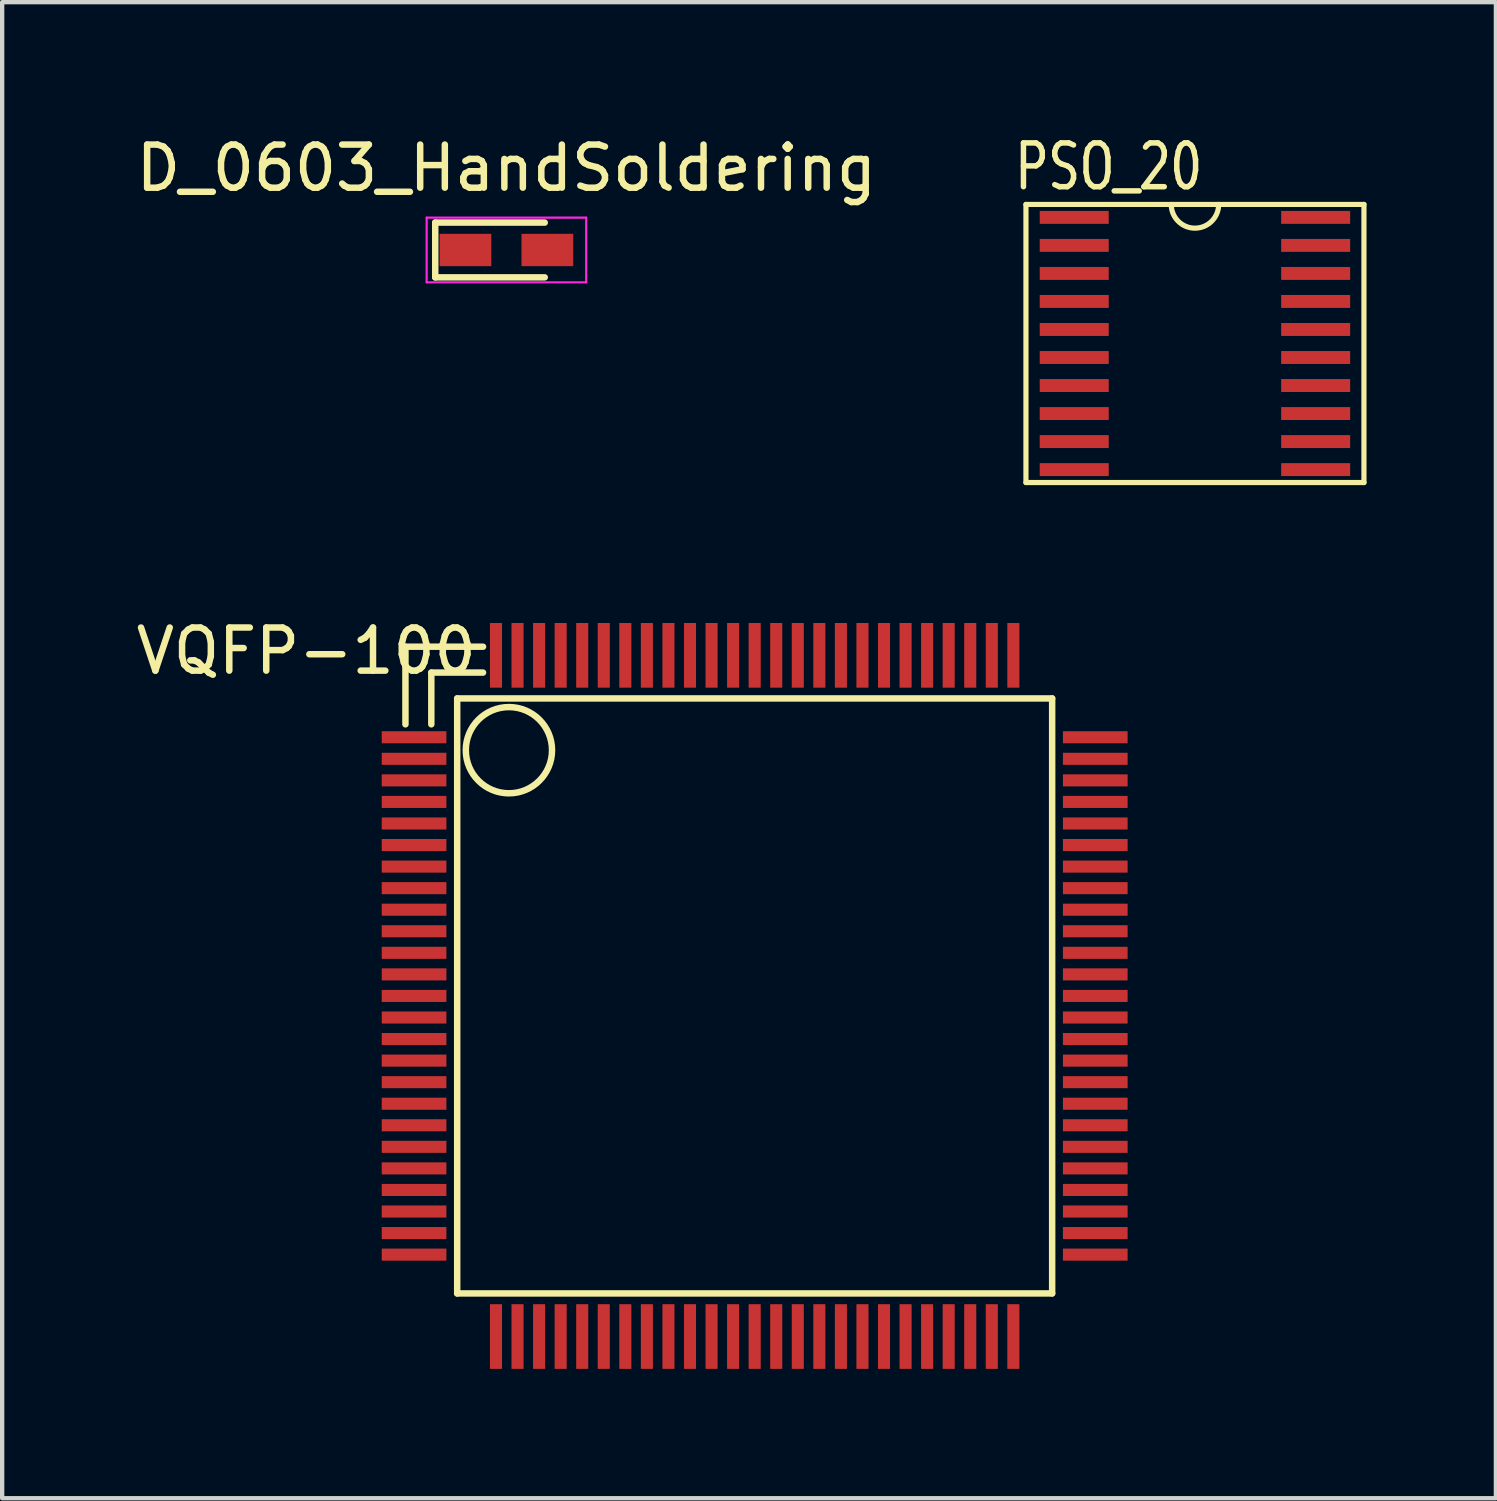
<source format=kicad_pcb>
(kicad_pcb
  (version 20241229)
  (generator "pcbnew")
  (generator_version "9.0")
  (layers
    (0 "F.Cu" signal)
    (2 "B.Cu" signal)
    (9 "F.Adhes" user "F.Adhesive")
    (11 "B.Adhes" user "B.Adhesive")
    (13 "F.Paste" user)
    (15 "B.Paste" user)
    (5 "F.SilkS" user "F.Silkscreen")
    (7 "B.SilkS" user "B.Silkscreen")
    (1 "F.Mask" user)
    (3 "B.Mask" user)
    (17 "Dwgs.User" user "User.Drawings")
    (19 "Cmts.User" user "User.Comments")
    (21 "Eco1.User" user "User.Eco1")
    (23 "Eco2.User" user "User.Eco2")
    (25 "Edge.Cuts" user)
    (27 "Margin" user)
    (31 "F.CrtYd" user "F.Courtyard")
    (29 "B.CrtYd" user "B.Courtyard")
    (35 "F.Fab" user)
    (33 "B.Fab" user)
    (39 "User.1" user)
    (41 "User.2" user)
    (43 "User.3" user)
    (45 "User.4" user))
  (footprint "VQFP-100"
    (layer "F.Cu")
    (at 14.454 20.05)
    (property "Reference" "VQFP-100" (at -10.4 -8 0) (layer "F.SilkS") (effects (font (size 1 1) (thickness 0.15))))
    (attr through_hole)
    (fp_line (start -8.1 -8.1) (end -8.1 -6.3) (stroke (width 0.15) (type solid)) (layer "F.SilkS"))
    (fp_line (start -7.5 -7.5) (end -7.5 -6.3) (stroke (width 0.15) (type solid)) (layer "F.SilkS"))
    (fp_line (start -7.5 -7.5) (end -6.3 -7.5) (stroke (width 0.15) (type solid)) (layer "F.SilkS"))
    (fp_line (start -6.9 -6.9) (end -6.9 6.9) (stroke (width 0.15) (type solid)) (layer "F.SilkS"))
    (fp_line (start -6.9 6.9) (end 6.9 6.9) (stroke (width 0.15) (type solid)) (layer "F.SilkS"))
    (fp_line (start -6.3 -8.1) (end -8.1 -8.1) (stroke (width 0.15) (type solid)) (layer "F.SilkS"))
    (fp_line (start 6.9 -6.9) (end -6.9 -6.9) (stroke (width 0.15) (type solid)) (layer "F.SilkS"))
    (fp_line (start 6.9 6.9) (end 6.9 -6.9) (stroke (width 0.15) (type solid)) (layer "F.SilkS"))
    (fp_circle (center -5.7 -5.7) (end -4.9 -5.1) (stroke (width 0.15) (type solid)) (fill no) (layer "F.SilkS"))
    (pad "1" smd rect (at -7.9 -6) (size 1.5 0.28) (layers "F.Cu" "F.Mask" "F.Paste"))
    (pad "2" smd rect (at -7.9 -5.5) (size 1.5 0.28) (layers "F.Cu" "F.Mask" "F.Paste"))
    (pad "3" smd rect (at -7.9 -5) (size 1.5 0.28) (layers "F.Cu" "F.Mask" "F.Paste"))
    (pad "4" smd rect (at -7.9 -4.5) (size 1.5 0.28) (layers "F.Cu" "F.Mask" "F.Paste"))
    (pad "5" smd rect (at -7.9 -4) (size 1.5 0.28) (layers "F.Cu" "F.Mask" "F.Paste"))
    (pad "6" smd rect (at -7.9 -3.5) (size 1.5 0.28) (layers "F.Cu" "F.Mask" "F.Paste"))
    (pad "7" smd rect (at -7.9 -3) (size 1.5 0.28) (layers "F.Cu" "F.Mask" "F.Paste"))
    (pad "8" smd rect (at -7.9 -2.5) (size 1.5 0.28) (layers "F.Cu" "F.Mask" "F.Paste"))
    (pad "9" smd rect (at -7.9 -2) (size 1.5 0.28) (layers "F.Cu" "F.Mask" "F.Paste"))
    (pad "10" smd rect (at -7.9 -1.5) (size 1.5 0.28) (layers "F.Cu" "F.Mask" "F.Paste"))
    (pad "11" smd rect (at -7.9 -1) (size 1.5 0.28) (layers "F.Cu" "F.Mask" "F.Paste"))
    (pad "12" smd rect (at -7.9 -0.5) (size 1.5 0.28) (layers "F.Cu" "F.Mask" "F.Paste"))
    (pad "13" smd rect (at -7.9 0) (size 1.5 0.28) (layers "F.Cu" "F.Mask" "F.Paste"))
    (pad "14" smd rect (at -7.9 0.5) (size 1.5 0.28) (layers "F.Cu" "F.Mask" "F.Paste"))
    (pad "15" smd rect (at -7.9 1) (size 1.5 0.28) (layers "F.Cu" "F.Mask" "F.Paste"))
    (pad "16" smd rect (at -7.9 1.5) (size 1.5 0.28) (layers "F.Cu" "F.Mask" "F.Paste"))
    (pad "17" smd rect (at -7.9 2) (size 1.5 0.28) (layers "F.Cu" "F.Mask" "F.Paste"))
    (pad "18" smd rect (at -7.9 2.5) (size 1.5 0.28) (layers "F.Cu" "F.Mask" "F.Paste"))
    (pad "19" smd rect (at -7.9 3) (size 1.5 0.28) (layers "F.Cu" "F.Mask" "F.Paste"))
    (pad "20" smd rect (at -7.9 3.5) (size 1.5 0.28) (layers "F.Cu" "F.Mask" "F.Paste"))
    (pad "21" smd rect (at -7.9 4) (size 1.5 0.28) (layers "F.Cu" "F.Mask" "F.Paste"))
    (pad "22" smd rect (at -7.9 4.5) (size 1.5 0.28) (layers "F.Cu" "F.Mask" "F.Paste"))
    (pad "23" smd rect (at -7.9 5) (size 1.5 0.28) (layers "F.Cu" "F.Mask" "F.Paste"))
    (pad "24" smd rect (at -7.9 5.5) (size 1.5 0.28) (layers "F.Cu" "F.Mask" "F.Paste"))
    (pad "25" smd rect (at -7.9 6) (size 1.5 0.28) (layers "F.Cu" "F.Mask" "F.Paste"))
    (pad "26" smd rect (at -6 7.9) (size 0.28 1.5) (layers "F.Cu" "F.Mask" "F.Paste"))
    (pad "27" smd rect (at -5.5 7.9) (size 0.28 1.5) (layers "F.Cu" "F.Mask" "F.Paste"))
    (pad "28" smd rect (at -5 7.9) (size 0.28 1.5) (layers "F.Cu" "F.Mask" "F.Paste"))
    (pad "29" smd rect (at -4.5 7.9) (size 0.28 1.5) (layers "F.Cu" "F.Mask" "F.Paste"))
    (pad "30" smd rect (at -4 7.9) (size 0.28 1.5) (layers "F.Cu" "F.Mask" "F.Paste"))
    (pad "31" smd rect (at -3.5 7.9) (size 0.28 1.5) (layers "F.Cu" "F.Mask" "F.Paste"))
    (pad "32" smd rect (at -3 7.9) (size 0.28 1.5) (layers "F.Cu" "F.Mask" "F.Paste"))
    (pad "33" smd rect (at -2.5 7.9) (size 0.28 1.5) (layers "F.Cu" "F.Mask" "F.Paste"))
    (pad "34" smd rect (at -2 7.9) (size 0.28 1.5) (layers "F.Cu" "F.Mask" "F.Paste"))
    (pad "35" smd rect (at -1.5 7.9) (size 0.28 1.5) (layers "F.Cu" "F.Mask" "F.Paste"))
    (pad "36" smd rect (at -1 7.9) (size 0.28 1.5) (layers "F.Cu" "F.Mask" "F.Paste"))
    (pad "37" smd rect (at -0.5 7.9) (size 0.28 1.5) (layers "F.Cu" "F.Mask" "F.Paste"))
    (pad "38" smd rect (at 0 7.9) (size 0.28 1.5) (layers "F.Cu" "F.Mask" "F.Paste"))
    (pad "39" smd rect (at 0.5 7.9) (size 0.28 1.5) (layers "F.Cu" "F.Mask" "F.Paste"))
    (pad "40" smd rect (at 1 7.9) (size 0.28 1.5) (layers "F.Cu" "F.Mask" "F.Paste"))
    (pad "41" smd rect (at 1.5 7.9) (size 0.28 1.5) (layers "F.Cu" "F.Mask" "F.Paste"))
    (pad "42" smd rect (at 2 7.9) (size 0.28 1.5) (layers "F.Cu" "F.Mask" "F.Paste"))
    (pad "43" smd rect (at 2.5 7.9) (size 0.28 1.5) (layers "F.Cu" "F.Mask" "F.Paste"))
    (pad "44" smd rect (at 3 7.9) (size 0.28 1.5) (layers "F.Cu" "F.Mask" "F.Paste"))
    (pad "45" smd rect (at 3.5 7.9) (size 0.28 1.5) (layers "F.Cu" "F.Mask" "F.Paste"))
    (pad "46" smd rect (at 4 7.9) (size 0.28 1.5) (layers "F.Cu" "F.Mask" "F.Paste"))
    (pad "47" smd rect (at 4.5 7.9) (size 0.28 1.5) (layers "F.Cu" "F.Mask" "F.Paste"))
    (pad "48" smd rect (at 5 7.9) (size 0.28 1.5) (layers "F.Cu" "F.Mask" "F.Paste"))
    (pad "49" smd rect (at 5.5 7.9) (size 0.28 1.5) (layers "F.Cu" "F.Mask" "F.Paste"))
    (pad "50" smd rect (at 6 7.9) (size 0.28 1.5) (layers "F.Cu" "F.Mask" "F.Paste"))
    (pad "51" smd rect (at 7.9 6) (size 1.5 0.28) (layers "F.Cu" "F.Mask" "F.Paste"))
    (pad "52" smd rect (at 7.9 5.5) (size 1.5 0.28) (layers "F.Cu" "F.Mask" "F.Paste"))
    (pad "53" smd rect (at 7.9 5) (size 1.5 0.28) (layers "F.Cu" "F.Mask" "F.Paste"))
    (pad "54" smd rect (at 7.9 4.5) (size 1.5 0.28) (layers "F.Cu" "F.Mask" "F.Paste"))
    (pad "55" smd rect (at 7.9 4) (size 1.5 0.28) (layers "F.Cu" "F.Mask" "F.Paste"))
    (pad "56" smd rect (at 7.9 3.5) (size 1.5 0.28) (layers "F.Cu" "F.Mask" "F.Paste"))
    (pad "57" smd rect (at 7.9 3) (size 1.5 0.28) (layers "F.Cu" "F.Mask" "F.Paste"))
    (pad "58" smd rect (at 7.9 2.5) (size 1.5 0.28) (layers "F.Cu" "F.Mask" "F.Paste"))
    (pad "59" smd rect (at 7.9 2) (size 1.5 0.28) (layers "F.Cu" "F.Mask" "F.Paste"))
    (pad "60" smd rect (at 7.9 1.5) (size 1.5 0.28) (layers "F.Cu" "F.Mask" "F.Paste"))
    (pad "61" smd rect (at 7.9 1) (size 1.5 0.28) (layers "F.Cu" "F.Mask" "F.Paste"))
    (pad "62" smd rect (at 7.9 0.5) (size 1.5 0.28) (layers "F.Cu" "F.Mask" "F.Paste"))
    (pad "63" smd rect (at 7.9 0) (size 1.5 0.28) (layers "F.Cu" "F.Mask" "F.Paste"))
    (pad "64" smd rect (at 7.9 -0.5) (size 1.5 0.28) (layers "F.Cu" "F.Mask" "F.Paste"))
    (pad "65" smd rect (at 7.9 -1) (size 1.5 0.28) (layers "F.Cu" "F.Mask" "F.Paste"))
    (pad "66" smd rect (at 7.9 -1.5) (size 1.5 0.28) (layers "F.Cu" "F.Mask" "F.Paste"))
    (pad "67" smd rect (at 7.9 -2) (size 1.5 0.28) (layers "F.Cu" "F.Mask" "F.Paste"))
    (pad "68" smd rect (at 7.9 -2.5) (size 1.5 0.28) (layers "F.Cu" "F.Mask" "F.Paste"))
    (pad "69" smd rect (at 7.9 -3) (size 1.5 0.28) (layers "F.Cu" "F.Mask" "F.Paste"))
    (pad "70" smd rect (at 7.9 -3.5) (size 1.5 0.28) (layers "F.Cu" "F.Mask" "F.Paste"))
    (pad "71" smd rect (at 7.9 -4) (size 1.5 0.28) (layers "F.Cu" "F.Mask" "F.Paste"))
    (pad "72" smd rect (at 7.9 -4.5) (size 1.5 0.28) (layers "F.Cu" "F.Mask" "F.Paste"))
    (pad "73" smd rect (at 7.9 -5) (size 1.5 0.28) (layers "F.Cu" "F.Mask" "F.Paste"))
    (pad "74" smd rect (at 7.9 -5.5) (size 1.5 0.28) (layers "F.Cu" "F.Mask" "F.Paste"))
    (pad "75" smd rect (at 7.9 -6) (size 1.5 0.28) (layers "F.Cu" "F.Mask" "F.Paste"))
    (pad "76" smd rect (at 6 -7.9) (size 0.28 1.5) (layers "F.Cu" "F.Mask" "F.Paste"))
    (pad "77" smd rect (at 5.5 -7.9) (size 0.28 1.5) (layers "F.Cu" "F.Mask" "F.Paste"))
    (pad "78" smd rect (at 5 -7.9) (size 0.28 1.5) (layers "F.Cu" "F.Mask" "F.Paste"))
    (pad "79" smd rect (at 4.5 -7.9) (size 0.28 1.5) (layers "F.Cu" "F.Mask" "F.Paste"))
    (pad "80" smd rect (at 4 -7.9) (size 0.28 1.5) (layers "F.Cu" "F.Mask" "F.Paste"))
    (pad "81" smd rect (at 3.5 -7.9) (size 0.28 1.5) (layers "F.Cu" "F.Mask" "F.Paste"))
    (pad "82" smd rect (at 3 -7.9) (size 0.28 1.5) (layers "F.Cu" "F.Mask" "F.Paste"))
    (pad "83" smd rect (at 2.5 -7.9) (size 0.28 1.5) (layers "F.Cu" "F.Mask" "F.Paste"))
    (pad "84" smd rect (at 2 -7.9) (size 0.28 1.5) (layers "F.Cu" "F.Mask" "F.Paste"))
    (pad "85" smd rect (at 1.5 -7.9) (size 0.28 1.5) (layers "F.Cu" "F.Mask" "F.Paste"))
    (pad "86" smd rect (at 1 -7.9) (size 0.28 1.5) (layers "F.Cu" "F.Mask" "F.Paste"))
    (pad "87" smd rect (at 0.5 -7.9) (size 0.28 1.5) (layers "F.Cu" "F.Mask" "F.Paste"))
    (pad "88" smd rect (at 0 -7.9) (size 0.28 1.5) (layers "F.Cu" "F.Mask" "F.Paste"))
    (pad "89" smd rect (at -0.5 -7.9) (size 0.28 1.5) (layers "F.Cu" "F.Mask" "F.Paste"))
    (pad "90" smd rect (at -1 -7.9) (size 0.28 1.5) (layers "F.Cu" "F.Mask" "F.Paste"))
    (pad "91" smd rect (at -1.5 -7.9) (size 0.28 1.5) (layers "F.Cu" "F.Mask" "F.Paste"))
    (pad "92" smd rect (at -2 -7.9) (size 0.28 1.5) (layers "F.Cu" "F.Mask" "F.Paste"))
    (pad "93" smd rect (at -2.5 -7.9) (size 0.28 1.5) (layers "F.Cu" "F.Mask" "F.Paste"))
    (pad "94" smd rect (at -3 -7.9) (size 0.28 1.5) (layers "F.Cu" "F.Mask" "F.Paste"))
    (pad "95" smd rect (at -3.5 -7.9) (size 0.28 1.5) (layers "F.Cu" "F.Mask" "F.Paste"))
    (pad "96" smd rect (at -4 -7.9) (size 0.28 1.5) (layers "F.Cu" "F.Mask" "F.Paste"))
    (pad "97" smd rect (at -4.5 -7.9) (size 0.28 1.5) (layers "F.Cu" "F.Mask" "F.Paste"))
    (pad "98" smd rect (at -5 -7.9) (size 0.28 1.5) (layers "F.Cu" "F.Mask" "F.Paste"))
    (pad "99" smd rect (at -5.5 -7.9) (size 0.28 1.5) (layers "F.Cu" "F.Mask" "F.Paste"))
    (pad "100" smd rect (at -6 -7.9) (size 0.28 1.5) (layers "F.Cu" "F.Mask" "F.Paste")))
  (footprint "D_0603_HandSoldering"
    (layer "F.Cu")
    (at 8.696 2.748)
    (property "Reference" "D_0603_HandSoldering" (at 0 -1.9 0) (layer "F.SilkS") (effects (font (size 1 1) (thickness 0.15))))
    (attr smd)
    (fp_line (start -1.651 -0.635) (end -1.651 0.635) (stroke (width 0.15) (type solid)) (layer "F.SilkS"))
    (fp_line (start -1.651 0.635) (end 0.889 0.635) (stroke (width 0.15) (type solid)) (layer "F.SilkS"))
    (fp_line (start 0.889 -0.635) (end -1.651 -0.635) (stroke (width 0.15) (type solid)) (layer "F.SilkS"))
    (fp_line (start -1.85 -0.75) (end -1.85 0.75) (stroke (width 0.05) (type solid)) (layer "F.CrtYd"))
    (fp_line (start -1.85 -0.75) (end 1.85 -0.75) (stroke (width 0.05) (type solid)) (layer "F.CrtYd"))
    (fp_line (start -1.85 0.75) (end 1.85 0.75) (stroke (width 0.05) (type solid)) (layer "F.CrtYd"))
    (fp_line (start 1.85 -0.75) (end 1.85 0.75) (stroke (width 0.05) (type solid)) (layer "F.CrtYd"))
    (pad "1" smd rect (at -0.95 0) (size 1.2 0.75) (layers "F.Cu" "F.Mask" "F.Paste"))
    (pad "2" smd rect (at 0.95 0) (size 1.2 0.75) (layers "F.Cu" "F.Mask" "F.Paste")))
  (footprint "PSO_20"
    (layer "F.Cu")
    (at 24.666 4.917)
    (property "Reference" "PSO_20" (at -2 -4.1 0) (layer "F.SilkS") (effects (font (size 1.016 0.762) (thickness 0.127))))
    (attr through_hole)
    (fp_line (start -3.92 -3.225) (end -3.92 3.225) (stroke (width 0.12) (type solid)) (layer "F.SilkS"))
    (fp_line (start -3.92 3.225) (end 3.92 3.225) (stroke (width 0.12) (type solid)) (layer "F.SilkS"))
    (fp_line (start 3.92 -3.225) (end -3.92 -3.225) (stroke (width 0.12) (type solid)) (layer "F.SilkS"))
    (fp_line (start 3.92 3.225) (end 3.92 -3.225) (stroke (width 0.12) (type solid)) (layer "F.SilkS"))
    (fp_arc (start 0.549783 -3.224784) (mid 0 -2.675001) (end -0.549783 -3.224784) (stroke (width 0.119888) (type solid)) (layer "F.SilkS"))
    (pad "1" smd rect (at -2.8 -2.925) (size 1.6 0.3) (layers "F.Cu" "F.Mask" "F.Paste"))
    (pad "2" smd rect (at -2.8 -2.275) (size 1.6 0.3) (layers "F.Cu" "F.Mask" "F.Paste"))
    (pad "3" smd rect (at -2.8 -1.625) (size 1.6 0.3) (layers "F.Cu" "F.Mask" "F.Paste"))
    (pad "4" smd rect (at -2.8 -0.975) (size 1.6 0.3) (layers "F.Cu" "F.Mask" "F.Paste"))
    (pad "5" smd rect (at -2.8 -0.325) (size 1.6 0.3) (layers "F.Cu" "F.Mask" "F.Paste"))
    (pad "6" smd rect (at -2.8 0.325) (size 1.6 0.3) (layers "F.Cu" "F.Mask" "F.Paste"))
    (pad "7" smd rect (at -2.8 0.975) (size 1.6 0.3) (layers "F.Cu" "F.Mask" "F.Paste"))
    (pad "8" smd rect (at -2.8 1.625) (size 1.6 0.3) (layers "F.Cu" "F.Mask" "F.Paste"))
    (pad "9" smd rect (at -2.8 2.275) (size 1.6 0.3) (layers "F.Cu" "F.Mask" "F.Paste"))
    (pad "10" smd rect (at -2.8 2.925) (size 1.6 0.3) (layers "F.Cu" "F.Mask" "F.Paste"))
    (pad "11" smd rect (at 2.8 2.925) (size 1.6 0.3) (layers "F.Cu" "F.Mask" "F.Paste"))
    (pad "12" smd rect (at 2.8 2.275) (size 1.6 0.3) (layers "F.Cu" "F.Mask" "F.Paste"))
    (pad "13" smd rect (at 2.8 1.625) (size 1.6 0.3) (layers "F.Cu" "F.Mask" "F.Paste"))
    (pad "14" smd rect (at 2.8 0.975) (size 1.6 0.3) (layers "F.Cu" "F.Mask" "F.Paste"))
    (pad "15" smd rect (at 2.8 0.325) (size 1.6 0.3) (layers "F.Cu" "F.Mask" "F.Paste"))
    (pad "16" smd rect (at 2.8 -0.325) (size 1.6 0.3) (layers "F.Cu" "F.Mask" "F.Paste"))
    (pad "17" smd rect (at 2.8 -0.975) (size 1.6 0.3) (layers "F.Cu" "F.Mask" "F.Paste"))
    (pad "18" smd rect (at 2.8 -1.625) (size 1.6 0.3) (layers "F.Cu" "F.Mask" "F.Paste"))
    (pad "19" smd rect (at 2.8 -2.275) (size 1.6 0.3) (layers "F.Cu" "F.Mask" "F.Paste"))
    (pad "20" smd rect (at 2.8 -2.925) (size 1.6 0.3) (layers "F.Cu" "F.Mask" "F.Paste")))
  (gr_rect
    (start -3 -3)
    (end 31.646 31.7)
    (stroke (width 0.1) (type default))
    (fill no)
    (layer "Edge.Cuts")))
</source>
